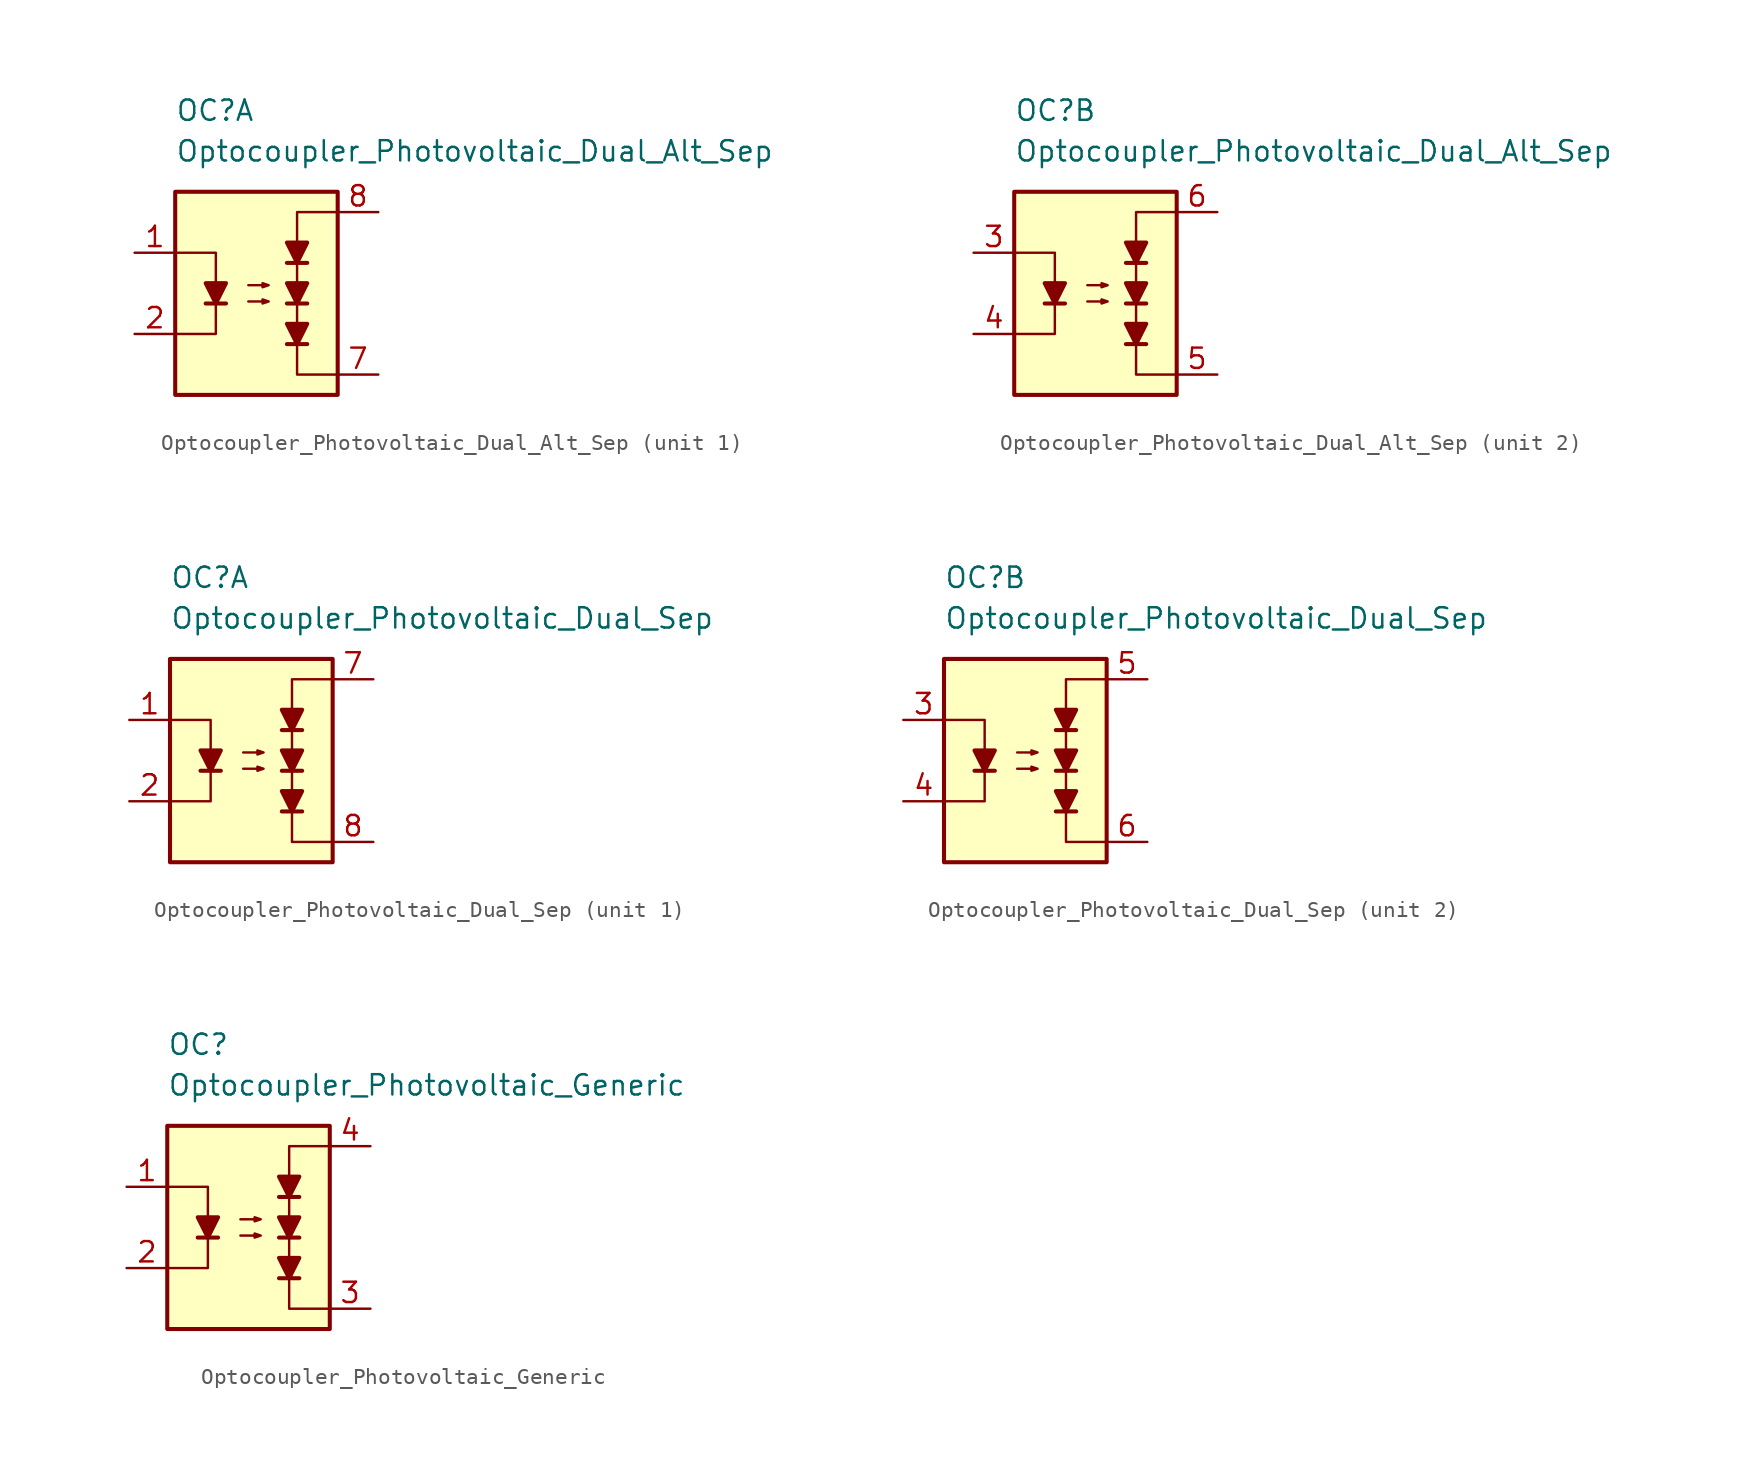
<source format=kicad_sym>
(kicad_symbol_lib
  (version 20211014)
  (generator kicad_symbol_editor)
  (symbol "Optocoupler_Photovoltaic_Dual_Alt_Sep"
    (pin_names
      (offset 1.016))
    (property "Reference" "OC"
      (at -5.08 11.43 0)
      (effects (font (size 1.27 1.27)) (justify left)))
    (property "Value" "Optocoupler_Photovoltaic_Dual_Alt_Sep"
      (at -5.08 8.89 0)
      (effects (font (size 1.27 1.27)) (justify left)))
    (property "ki_locked" ""
      (at 0 0 0)
      (effects (font (size 1.27 1.27))))
    (symbol "Optocoupler_Photovoltaic_Dual_Alt_Sep_0_0"
      (rectangle (start -5.08 6.35) (end 5.08 -6.35) (stroke (width 0.254) (type default) (color 0 0 0 0)) (fill (type background)))
      (polyline (pts (xy 5.08 -5.08) (xy 2.54 -5.08) (xy 2.54 5.08) (xy 5.08 5.08)) (stroke (width 0) (type default) (color 0 0 0 0)) (fill (type none))))
    (symbol "Optocoupler_Photovoltaic_Dual_Alt_Sep_0_1"
      (polyline (pts (xy -3.175 -0.635) (xy -1.905 -0.635)) (stroke (width 0.254) (type default) (color 0 0 0 0)) (fill (type none)))
      (polyline (pts (xy -5.08 2.54) (xy -2.54 2.54) (xy -2.54 -0.635)) (stroke (width 0) (type default) (color 0 0 0 0)) (fill (type none)))
      (polyline (pts (xy -2.54 -0.635) (xy -2.54 -2.54) (xy -5.08 -2.54)) (stroke (width 0) (type default) (color 0 0 0 0)) (fill (type none)))
      (polyline (pts (xy -2.54 -0.635) (xy -3.175 0.635) (xy -1.905 0.635) (xy -2.54 -0.635)) (stroke (width 0.254) (type default) (color 0 0 0 0)) (fill (type outline)))
      (polyline (pts (xy -0.508 -0.508) (xy 0.762 -0.508) (xy 0.381 -0.635) (xy 0.381 -0.381) (xy 0.762 -0.508)) (stroke (width 0) (type default) (color 0 0 0 0)) (fill (type none)))
      (polyline (pts (xy -0.508 0.508) (xy 0.762 0.508) (xy 0.381 0.381) (xy 0.381 0.635) (xy 0.762 0.508)) (stroke (width 0) (type default) (color 0 0 0 0)) (fill (type none))))
    (symbol "Optocoupler_Photovoltaic_Dual_Alt_Sep_1_1"
      (polyline (pts (xy 1.905 -3.175) (xy 3.175 -3.175)) (stroke (width 0.254) (type default) (color 0 0 0 0)) (fill (type none)))
      (polyline (pts (xy 1.905 -0.635) (xy 3.175 -0.635)) (stroke (width 0.254) (type default) (color 0 0 0 0)) (fill (type none)))
      (polyline (pts (xy 1.905 1.905) (xy 3.175 1.905)) (stroke (width 0.254) (type default) (color 0 0 0 0)) (fill (type none)))
      (polyline (pts (xy 2.54 -3.175) (xy 1.905 -1.905) (xy 3.175 -1.905) (xy 2.54 -3.175)) (stroke (width 0.254) (type default) (color 0 0 0 0)) (fill (type outline)))
      (polyline (pts (xy 2.54 -0.635) (xy 1.905 0.635) (xy 3.175 0.635) (xy 2.54 -0.635)) (stroke (width 0.254) (type default) (color 0 0 0 0)) (fill (type outline)))
      (polyline (pts (xy 2.54 1.905) (xy 1.905 3.175) (xy 3.175 3.175) (xy 2.54 1.905)) (stroke (width 0.254) (type default) (color 0 0 0 0)) (fill (type outline)))
      (pin passive line (at -7.62 2.54 0) (length 2.54) (name "~" (effects (font (size 1.27 1.27)))) (number "1" (effects (font (size 1.27 1.27)))))
      (pin passive line (at -7.62 -2.54 0) (length 2.54) (name "~" (effects (font (size 1.27 1.27)))) (number "2" (effects (font (size 1.27 1.27)))))
      (pin passive line (at 7.62 -5.08 180) (length 2.54) (name "~" (effects (font (size 1.27 1.27)))) (number "7" (effects (font (size 1.27 1.27)))))
      (pin passive line (at 7.62 5.08 180) (length 2.54) (name "~" (effects (font (size 1.27 1.27)))) (number "8" (effects (font (size 1.27 1.27))))))
    (symbol "Optocoupler_Photovoltaic_Dual_Alt_Sep_2_1"
      (polyline (pts (xy 1.905 -3.175) (xy 3.175 -3.175)) (stroke (width 0.254) (type default) (color 0 0 0 0)) (fill (type none)))
      (polyline (pts (xy 1.905 -0.635) (xy 3.175 -0.635)) (stroke (width 0.254) (type default) (color 0 0 0 0)) (fill (type none)))
      (polyline (pts (xy 1.905 1.905) (xy 3.175 1.905)) (stroke (width 0.254) (type default) (color 0 0 0 0)) (fill (type none)))
      (polyline (pts (xy 2.54 -3.175) (xy 1.905 -1.905) (xy 3.175 -1.905) (xy 2.54 -3.175)) (stroke (width 0.254) (type default) (color 0 0 0 0)) (fill (type outline)))
      (polyline (pts (xy 2.54 -0.635) (xy 1.905 0.635) (xy 3.175 0.635) (xy 2.54 -0.635)) (stroke (width 0.254) (type default) (color 0 0 0 0)) (fill (type outline)))
      (polyline (pts (xy 2.54 1.905) (xy 1.905 3.175) (xy 3.175 3.175) (xy 2.54 1.905)) (stroke (width 0.254) (type default) (color 0 0 0 0)) (fill (type outline)))
      (pin passive line (at -7.62 2.54 0) (length 2.54) (name "~" (effects (font (size 1.27 1.27)))) (number "3" (effects (font (size 1.27 1.27)))))
      (pin passive line (at -7.62 -2.54 0) (length 2.54) (name "~" (effects (font (size 1.27 1.27)))) (number "4" (effects (font (size 1.27 1.27)))))
      (pin passive line (at 7.62 -5.08 180) (length 2.54) (name "~" (effects (font (size 1.27 1.27)))) (number "5" (effects (font (size 1.27 1.27)))))
      (pin passive line (at 7.62 5.08 180) (length 2.54) (name "~" (effects (font (size 1.27 1.27)))) (number "6" (effects (font (size 1.27 1.27)))))))
  (symbol "Optocoupler_Photovoltaic_Dual_Sep"
    (pin_names
      (offset 1.016))
    (property "Reference" "OC"
      (at -5.08 11.43 0)
      (effects (font (size 1.27 1.27)) (justify left)))
    (property "Value" "Optocoupler_Photovoltaic_Dual_Sep"
      (at -5.08 8.89 0)
      (effects (font (size 1.27 1.27)) (justify left)))
    (property "ki_locked" ""
      (at 0 0 0)
      (effects (font (size 1.27 1.27))))
    (symbol "Optocoupler_Photovoltaic_Dual_Sep_0_0"
      (rectangle (start -5.08 6.35) (end 5.08 -6.35) (stroke (width 0.254) (type default) (color 0 0 0 0)) (fill (type background)))
      (polyline (pts (xy 5.08 -5.08) (xy 2.54 -5.08) (xy 2.54 5.08) (xy 5.08 5.08)) (stroke (width 0) (type default) (color 0 0 0 0)) (fill (type none))))
    (symbol "Optocoupler_Photovoltaic_Dual_Sep_0_1"
      (polyline (pts (xy -3.175 -0.635) (xy -1.905 -0.635)) (stroke (width 0.254) (type default) (color 0 0 0 0)) (fill (type none)))
      (polyline (pts (xy -5.08 2.54) (xy -2.54 2.54) (xy -2.54 -0.635)) (stroke (width 0) (type default) (color 0 0 0 0)) (fill (type none)))
      (polyline (pts (xy -2.54 -0.635) (xy -2.54 -2.54) (xy -5.08 -2.54)) (stroke (width 0) (type default) (color 0 0 0 0)) (fill (type none)))
      (polyline (pts (xy -2.54 -0.635) (xy -3.175 0.635) (xy -1.905 0.635) (xy -2.54 -0.635)) (stroke (width 0.254) (type default) (color 0 0 0 0)) (fill (type outline)))
      (polyline (pts (xy -0.508 -0.508) (xy 0.762 -0.508) (xy 0.381 -0.635) (xy 0.381 -0.381) (xy 0.762 -0.508)) (stroke (width 0) (type default) (color 0 0 0 0)) (fill (type none)))
      (polyline (pts (xy -0.508 0.508) (xy 0.762 0.508) (xy 0.381 0.381) (xy 0.381 0.635) (xy 0.762 0.508)) (stroke (width 0) (type default) (color 0 0 0 0)) (fill (type none))))
    (symbol "Optocoupler_Photovoltaic_Dual_Sep_1_1"
      (polyline (pts (xy 1.905 -3.175) (xy 3.175 -3.175)) (stroke (width 0.254) (type default) (color 0 0 0 0)) (fill (type none)))
      (polyline (pts (xy 1.905 -0.635) (xy 3.175 -0.635)) (stroke (width 0.254) (type default) (color 0 0 0 0)) (fill (type none)))
      (polyline (pts (xy 1.905 1.905) (xy 3.175 1.905)) (stroke (width 0.254) (type default) (color 0 0 0 0)) (fill (type none)))
      (polyline (pts (xy 2.54 -3.175) (xy 1.905 -1.905) (xy 3.175 -1.905) (xy 2.54 -3.175)) (stroke (width 0.254) (type default) (color 0 0 0 0)) (fill (type outline)))
      (polyline (pts (xy 2.54 -0.635) (xy 1.905 0.635) (xy 3.175 0.635) (xy 2.54 -0.635)) (stroke (width 0.254) (type default) (color 0 0 0 0)) (fill (type outline)))
      (polyline (pts (xy 2.54 1.905) (xy 1.905 3.175) (xy 3.175 3.175) (xy 2.54 1.905)) (stroke (width 0.254) (type default) (color 0 0 0 0)) (fill (type outline)))
      (pin passive line (at -7.62 2.54 0) (length 2.54) (name "~" (effects (font (size 1.27 1.27)))) (number "1" (effects (font (size 1.27 1.27)))))
      (pin passive line (at -7.62 -2.54 0) (length 2.54) (name "~" (effects (font (size 1.27 1.27)))) (number "2" (effects (font (size 1.27 1.27)))))
      (pin passive line (at 7.62 5.08 180) (length 2.54) (name "~" (effects (font (size 1.27 1.27)))) (number "7" (effects (font (size 1.27 1.27)))))
      (pin passive line (at 7.62 -5.08 180) (length 2.54) (name "~" (effects (font (size 1.27 1.27)))) (number "8" (effects (font (size 1.27 1.27))))))
    (symbol "Optocoupler_Photovoltaic_Dual_Sep_2_1"
      (polyline (pts (xy 1.905 -3.175) (xy 3.175 -3.175)) (stroke (width 0.254) (type default) (color 0 0 0 0)) (fill (type none)))
      (polyline (pts (xy 1.905 -0.635) (xy 3.175 -0.635)) (stroke (width 0.254) (type default) (color 0 0 0 0)) (fill (type none)))
      (polyline (pts (xy 1.905 1.905) (xy 3.175 1.905)) (stroke (width 0.254) (type default) (color 0 0 0 0)) (fill (type none)))
      (polyline (pts (xy 2.54 -3.175) (xy 1.905 -1.905) (xy 3.175 -1.905) (xy 2.54 -3.175)) (stroke (width 0.254) (type default) (color 0 0 0 0)) (fill (type outline)))
      (polyline (pts (xy 2.54 -0.635) (xy 1.905 0.635) (xy 3.175 0.635) (xy 2.54 -0.635)) (stroke (width 0.254) (type default) (color 0 0 0 0)) (fill (type outline)))
      (polyline (pts (xy 2.54 1.905) (xy 1.905 3.175) (xy 3.175 3.175) (xy 2.54 1.905)) (stroke (width 0.254) (type default) (color 0 0 0 0)) (fill (type outline)))
      (pin passive line (at -7.62 2.54 0) (length 2.54) (name "~" (effects (font (size 1.27 1.27)))) (number "3" (effects (font (size 1.27 1.27)))))
      (pin passive line (at -7.62 -2.54 0) (length 2.54) (name "~" (effects (font (size 1.27 1.27)))) (number "4" (effects (font (size 1.27 1.27)))))
      (pin passive line (at 7.62 5.08 180) (length 2.54) (name "~" (effects (font (size 1.27 1.27)))) (number "5" (effects (font (size 1.27 1.27)))))
      (pin passive line (at 7.62 -5.08 180) (length 2.54) (name "~" (effects (font (size 1.27 1.27)))) (number "6" (effects (font (size 1.27 1.27)))))))
  (symbol "Optocoupler_Photovoltaic_Generic"
    (pin_names
      (offset 1.016))
    (property "Reference" "OC"
      (at -5.08 11.43 0)
      (effects (font (size 1.27 1.27)) (justify left)))
    (property "Value" "Optocoupler_Photovoltaic_Generic"
      (at -5.08 8.89 0)
      (effects (font (size 1.27 1.27)) (justify left)))
    (symbol "Optocoupler_Photovoltaic_Generic_0_0"
      (rectangle (start -5.08 6.35) (end 5.08 -6.35) (stroke (width 0.254) (type default) (color 0 0 0 0)) (fill (type background)))
      (polyline (pts (xy 5.08 -5.08) (xy 2.54 -5.08) (xy 2.54 5.08) (xy 5.08 5.08)) (stroke (width 0) (type default) (color 0 0 0 0)) (fill (type none))))
    (symbol "Optocoupler_Photovoltaic_Generic_0_1"
      (polyline (pts (xy -3.175 -0.635) (xy -1.905 -0.635)) (stroke (width 0.254) (type default) (color 0 0 0 0)) (fill (type none)))
      (polyline (pts (xy -5.08 2.54) (xy -2.54 2.54) (xy -2.54 -0.635)) (stroke (width 0) (type default) (color 0 0 0 0)) (fill (type none)))
      (polyline (pts (xy -2.54 -0.635) (xy -2.54 -2.54) (xy -5.08 -2.54)) (stroke (width 0) (type default) (color 0 0 0 0)) (fill (type none)))
      (polyline (pts (xy -2.54 -0.635) (xy -3.175 0.635) (xy -1.905 0.635) (xy -2.54 -0.635)) (stroke (width 0.254) (type default) (color 0 0 0 0)) (fill (type outline)))
      (polyline (pts (xy -0.508 -0.508) (xy 0.762 -0.508) (xy 0.381 -0.635) (xy 0.381 -0.381) (xy 0.762 -0.508)) (stroke (width 0) (type default) (color 0 0 0 0)) (fill (type none)))
      (polyline (pts (xy -0.508 0.508) (xy 0.762 0.508) (xy 0.381 0.381) (xy 0.381 0.635) (xy 0.762 0.508)) (stroke (width 0) (type default) (color 0 0 0 0)) (fill (type none))))
    (symbol "Optocoupler_Photovoltaic_Generic_1_1"
      (polyline (pts (xy 1.905 -3.175) (xy 3.175 -3.175)) (stroke (width 0.254) (type default) (color 0 0 0 0)) (fill (type none)))
      (polyline (pts (xy 1.905 -0.635) (xy 3.175 -0.635)) (stroke (width 0.254) (type default) (color 0 0 0 0)) (fill (type none)))
      (polyline (pts (xy 1.905 1.905) (xy 3.175 1.905)) (stroke (width 0.254) (type default) (color 0 0 0 0)) (fill (type none)))
      (polyline (pts (xy 2.54 -3.175) (xy 1.905 -1.905) (xy 3.175 -1.905) (xy 2.54 -3.175)) (stroke (width 0.254) (type default) (color 0 0 0 0)) (fill (type outline)))
      (polyline (pts (xy 2.54 -0.635) (xy 1.905 0.635) (xy 3.175 0.635) (xy 2.54 -0.635)) (stroke (width 0.254) (type default) (color 0 0 0 0)) (fill (type outline)))
      (polyline (pts (xy 2.54 1.905) (xy 1.905 3.175) (xy 3.175 3.175) (xy 2.54 1.905)) (stroke (width 0.254) (type default) (color 0 0 0 0)) (fill (type outline)))
      (pin passive line (at -7.62 2.54 0) (length 2.54) (name "~" (effects (font (size 1.27 1.27)))) (number "1" (effects (font (size 1.27 1.27)))))
      (pin passive line (at -7.62 -2.54 0) (length 2.54) (name "~" (effects (font (size 1.27 1.27)))) (number "2" (effects (font (size 1.27 1.27)))))
      (pin passive line (at 7.62 -5.08 180) (length 2.54) (name "~" (effects (font (size 1.27 1.27)))) (number "3" (effects (font (size 1.27 1.27)))))
      (pin passive line (at 7.62 5.08 180) (length 2.54) (name "~" (effects (font (size 1.27 1.27)))) (number "4" (effects (font (size 1.27 1.27))))))))
</source>
